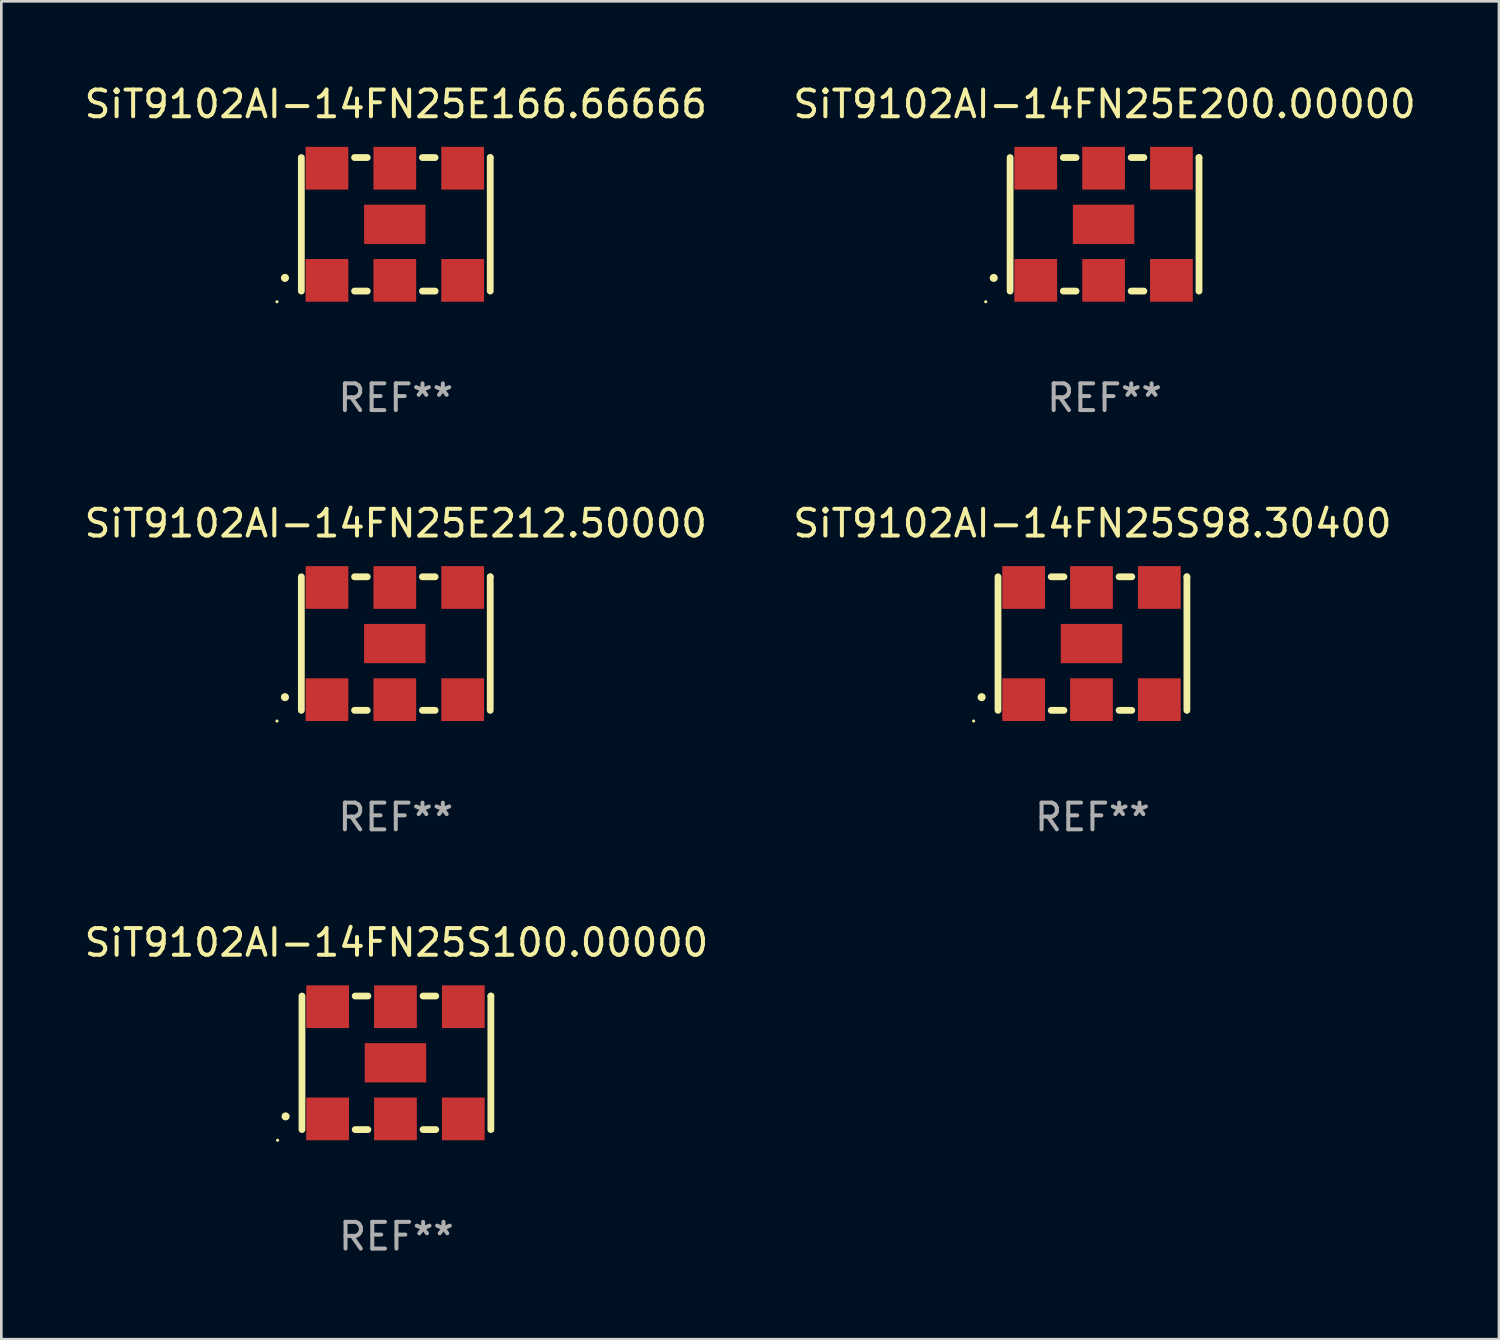
<source format=kicad_pcb>
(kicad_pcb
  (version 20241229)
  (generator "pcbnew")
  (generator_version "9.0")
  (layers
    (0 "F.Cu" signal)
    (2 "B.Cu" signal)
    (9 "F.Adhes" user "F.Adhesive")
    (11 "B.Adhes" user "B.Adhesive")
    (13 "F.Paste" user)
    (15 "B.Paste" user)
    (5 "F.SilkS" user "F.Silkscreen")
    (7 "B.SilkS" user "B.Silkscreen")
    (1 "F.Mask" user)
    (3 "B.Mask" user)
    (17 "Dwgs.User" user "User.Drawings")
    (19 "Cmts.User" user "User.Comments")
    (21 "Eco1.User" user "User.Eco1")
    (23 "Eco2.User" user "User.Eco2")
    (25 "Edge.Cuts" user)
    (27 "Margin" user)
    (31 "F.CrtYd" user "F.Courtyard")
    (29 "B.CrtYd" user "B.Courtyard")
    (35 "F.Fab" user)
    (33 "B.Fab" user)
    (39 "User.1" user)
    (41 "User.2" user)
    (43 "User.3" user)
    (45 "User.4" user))
  (footprint "SiT9102AI-14FN25S100.00000"
    (layer "F.Cu")
    (at 11.792 36.741)
    (property "Reference" "SiT9102AI-14FN25S100.00000" (at 0 -4.5 0) (layer "F.SilkS") (effects (font (size 1 1) (thickness 0.15))))
    (attr through_hole)
    (fp_line (start -3.536 -2.5) (end -3.536 2.5) (stroke (width 0.254) (type solid)) (layer "F.SilkS"))
    (fp_line (start -1.544 2.5) (end -1.067 2.5) (stroke (width 0.254) (type solid)) (layer "F.SilkS"))
    (fp_line (start -1.067 -2.5) (end -1.544 -2.5) (stroke (width 0.254) (type solid)) (layer "F.SilkS"))
    (fp_line (start 0.996 2.5) (end 1.473 2.5) (stroke (width 0.254) (type solid)) (layer "F.SilkS"))
    (fp_line (start 1.473 -2.5) (end 0.996 -2.5) (stroke (width 0.254) (type solid)) (layer "F.SilkS"))
    (fp_line (start 3.536 -2.5) (end 3.536 -2.5) (stroke (width 0.254) (type solid)) (layer "F.SilkS"))
    (fp_line (start 3.536 2.5) (end 3.536 -2.5) (stroke (width 0.254) (type solid)) (layer "F.SilkS"))
    (fp_arc (start -4.150432 2.006604) (mid -4.149162 2.006599) (end -4.147892 2.006604) (stroke (width 0.3) (type solid)) (layer "F.SilkS"))
    (fp_circle (center -4.449 2.9) (end -4.419 2.9) (stroke (width 0.06) (type solid)) (fill no) (layer "F.SilkS"))
    (fp_text user "REF**" (at 0 6.5 0) (layer "F.Fab") (effects (font (size 1 1) (thickness 0.15))))
    (pad "1" smd rect (at -2.576 2.1) (size 1.6 1.6) (layers "F.Cu" "F.Mask" "F.Paste"))
    (pad "2" smd rect (at -0.036 2.1) (size 1.6 1.6) (layers "F.Cu" "F.Mask" "F.Paste"))
    (pad "3" smd rect (at 2.504 2.1) (size 1.6 1.6) (layers "F.Cu" "F.Mask" "F.Paste"))
    (pad "4" smd rect (at 2.504 -2.1) (size 1.6 1.6) (layers "F.Cu" "F.Mask" "F.Paste"))
    (pad "5" smd rect (at -0.036 -2.1) (size 1.6 1.6) (layers "F.Cu" "F.Mask" "F.Paste"))
    (pad "6" smd rect (at -2.576 -2.1) (size 1.6 1.6) (layers "F.Cu" "F.Mask" "F.Paste"))
    (pad "7" smd rect (at -0.036 0) (size 2.3 1.47) (layers "F.Cu" "F.Mask" "F.Paste")))
  (footprint "SiT9102AI-14FN25E166.66666"
    (layer "F.Cu")
    (at 11.768 5.348)
    (property "Reference" "SiT9102AI-14FN25E166.66666" (at 0 -4.5 0) (layer "F.SilkS") (effects (font (size 1 1) (thickness 0.15))))
    (attr through_hole)
    (fp_line (start -3.536 -2.5) (end -3.536 2.5) (stroke (width 0.254) (type solid)) (layer "F.SilkS"))
    (fp_line (start -1.544 2.5) (end -1.067 2.5) (stroke (width 0.254) (type solid)) (layer "F.SilkS"))
    (fp_line (start -1.067 -2.5) (end -1.544 -2.5) (stroke (width 0.254) (type solid)) (layer "F.SilkS"))
    (fp_line (start 0.996 2.5) (end 1.473 2.5) (stroke (width 0.254) (type solid)) (layer "F.SilkS"))
    (fp_line (start 1.473 -2.5) (end 0.996 -2.5) (stroke (width 0.254) (type solid)) (layer "F.SilkS"))
    (fp_line (start 3.536 -2.5) (end 3.536 -2.5) (stroke (width 0.254) (type solid)) (layer "F.SilkS"))
    (fp_line (start 3.536 2.5) (end 3.536 -2.5) (stroke (width 0.254) (type solid)) (layer "F.SilkS"))
    (fp_arc (start -4.150432 2.006604) (mid -4.149162 2.006599) (end -4.147892 2.006604) (stroke (width 0.3) (type solid)) (layer "F.SilkS"))
    (fp_circle (center -4.449 2.9) (end -4.419 2.9) (stroke (width 0.06) (type solid)) (fill no) (layer "F.SilkS"))
    (fp_text user "REF**" (at 0 6.5 0) (layer "F.Fab") (effects (font (size 1 1) (thickness 0.15))))
    (pad "1" smd rect (at -2.576 2.1) (size 1.6 1.6) (layers "F.Cu" "F.Mask" "F.Paste"))
    (pad "2" smd rect (at -0.036 2.1) (size 1.6 1.6) (layers "F.Cu" "F.Mask" "F.Paste"))
    (pad "3" smd rect (at 2.504 2.1) (size 1.6 1.6) (layers "F.Cu" "F.Mask" "F.Paste"))
    (pad "4" smd rect (at 2.504 -2.1) (size 1.6 1.6) (layers "F.Cu" "F.Mask" "F.Paste"))
    (pad "5" smd rect (at -0.036 -2.1) (size 1.6 1.6) (layers "F.Cu" "F.Mask" "F.Paste"))
    (pad "6" smd rect (at -2.576 -2.1) (size 1.6 1.6) (layers "F.Cu" "F.Mask" "F.Paste"))
    (pad "7" smd rect (at -0.036 0) (size 2.3 1.47) (layers "F.Cu" "F.Mask" "F.Paste")))
  (footprint "SiT9102AI-14FN25E200.00000"
    (layer "F.Cu")
    (at 38.304 5.348)
    (property "Reference" "SiT9102AI-14FN25E200.00000" (at 0 -4.5 0) (layer "F.SilkS") (effects (font (size 1 1) (thickness 0.15))))
    (attr through_hole)
    (fp_line (start -3.536 -2.5) (end -3.536 2.5) (stroke (width 0.254) (type solid)) (layer "F.SilkS"))
    (fp_line (start -1.544 2.5) (end -1.067 2.5) (stroke (width 0.254) (type solid)) (layer "F.SilkS"))
    (fp_line (start -1.067 -2.5) (end -1.544 -2.5) (stroke (width 0.254) (type solid)) (layer "F.SilkS"))
    (fp_line (start 0.996 2.5) (end 1.473 2.5) (stroke (width 0.254) (type solid)) (layer "F.SilkS"))
    (fp_line (start 1.473 -2.5) (end 0.996 -2.5) (stroke (width 0.254) (type solid)) (layer "F.SilkS"))
    (fp_line (start 3.536 -2.5) (end 3.536 -2.5) (stroke (width 0.254) (type solid)) (layer "F.SilkS"))
    (fp_line (start 3.536 2.5) (end 3.536 -2.5) (stroke (width 0.254) (type solid)) (layer "F.SilkS"))
    (fp_arc (start -4.150432 2.006604) (mid -4.149162 2.006599) (end -4.147892 2.006604) (stroke (width 0.3) (type solid)) (layer "F.SilkS"))
    (fp_circle (center -4.449 2.9) (end -4.419 2.9) (stroke (width 0.06) (type solid)) (fill no) (layer "F.SilkS"))
    (fp_text user "REF**" (at 0 6.5 0) (layer "F.Fab") (effects (font (size 1 1) (thickness 0.15))))
    (pad "1" smd rect (at -2.576 2.1) (size 1.6 1.6) (layers "F.Cu" "F.Mask" "F.Paste"))
    (pad "2" smd rect (at -0.036 2.1) (size 1.6 1.6) (layers "F.Cu" "F.Mask" "F.Paste"))
    (pad "3" smd rect (at 2.504 2.1) (size 1.6 1.6) (layers "F.Cu" "F.Mask" "F.Paste"))
    (pad "4" smd rect (at 2.504 -2.1) (size 1.6 1.6) (layers "F.Cu" "F.Mask" "F.Paste"))
    (pad "5" smd rect (at -0.036 -2.1) (size 1.6 1.6) (layers "F.Cu" "F.Mask" "F.Paste"))
    (pad "6" smd rect (at -2.576 -2.1) (size 1.6 1.6) (layers "F.Cu" "F.Mask" "F.Paste"))
    (pad "7" smd rect (at -0.036 0) (size 2.3 1.47) (layers "F.Cu" "F.Mask" "F.Paste")))
  (footprint "SiT9102AI-14FN25S98.30400"
    (layer "F.Cu")
    (at 37.851 21.045)
    (property "Reference" "SiT9102AI-14FN25S98.30400" (at 0 -4.5 0) (layer "F.SilkS") (effects (font (size 1 1) (thickness 0.15))))
    (attr through_hole)
    (fp_line (start -3.536 -2.5) (end -3.536 2.5) (stroke (width 0.254) (type solid)) (layer "F.SilkS"))
    (fp_line (start -1.544 2.5) (end -1.067 2.5) (stroke (width 0.254) (type solid)) (layer "F.SilkS"))
    (fp_line (start -1.067 -2.5) (end -1.544 -2.5) (stroke (width 0.254) (type solid)) (layer "F.SilkS"))
    (fp_line (start 0.996 2.5) (end 1.473 2.5) (stroke (width 0.254) (type solid)) (layer "F.SilkS"))
    (fp_line (start 1.473 -2.5) (end 0.996 -2.5) (stroke (width 0.254) (type solid)) (layer "F.SilkS"))
    (fp_line (start 3.536 -2.5) (end 3.536 -2.5) (stroke (width 0.254) (type solid)) (layer "F.SilkS"))
    (fp_line (start 3.536 2.5) (end 3.536 -2.5) (stroke (width 0.254) (type solid)) (layer "F.SilkS"))
    (fp_arc (start -4.150432 2.006604) (mid -4.149162 2.006599) (end -4.147892 2.006604) (stroke (width 0.3) (type solid)) (layer "F.SilkS"))
    (fp_circle (center -4.449 2.9) (end -4.419 2.9) (stroke (width 0.06) (type solid)) (fill no) (layer "F.SilkS"))
    (fp_text user "REF**" (at 0 6.5 0) (layer "F.Fab") (effects (font (size 1 1) (thickness 0.15))))
    (pad "1" smd rect (at -2.576 2.1) (size 1.6 1.6) (layers "F.Cu" "F.Mask" "F.Paste"))
    (pad "2" smd rect (at -0.036 2.1) (size 1.6 1.6) (layers "F.Cu" "F.Mask" "F.Paste"))
    (pad "3" smd rect (at 2.504 2.1) (size 1.6 1.6) (layers "F.Cu" "F.Mask" "F.Paste"))
    (pad "4" smd rect (at 2.504 -2.1) (size 1.6 1.6) (layers "F.Cu" "F.Mask" "F.Paste"))
    (pad "5" smd rect (at -0.036 -2.1) (size 1.6 1.6) (layers "F.Cu" "F.Mask" "F.Paste"))
    (pad "6" smd rect (at -2.576 -2.1) (size 1.6 1.6) (layers "F.Cu" "F.Mask" "F.Paste"))
    (pad "7" smd rect (at -0.036 0) (size 2.3 1.47) (layers "F.Cu" "F.Mask" "F.Paste")))
  (footprint "SiT9102AI-14FN25E212.50000"
    (layer "F.Cu")
    (at 11.768 21.045)
    (property "Reference" "SiT9102AI-14FN25E212.50000" (at 0 -4.5 0) (layer "F.SilkS") (effects (font (size 1 1) (thickness 0.15))))
    (attr through_hole)
    (fp_line (start -3.536 -2.5) (end -3.536 2.5) (stroke (width 0.254) (type solid)) (layer "F.SilkS"))
    (fp_line (start -1.544 2.5) (end -1.067 2.5) (stroke (width 0.254) (type solid)) (layer "F.SilkS"))
    (fp_line (start -1.067 -2.5) (end -1.544 -2.5) (stroke (width 0.254) (type solid)) (layer "F.SilkS"))
    (fp_line (start 0.996 2.5) (end 1.473 2.5) (stroke (width 0.254) (type solid)) (layer "F.SilkS"))
    (fp_line (start 1.473 -2.5) (end 0.996 -2.5) (stroke (width 0.254) (type solid)) (layer "F.SilkS"))
    (fp_line (start 3.536 -2.5) (end 3.536 -2.5) (stroke (width 0.254) (type solid)) (layer "F.SilkS"))
    (fp_line (start 3.536 2.5) (end 3.536 -2.5) (stroke (width 0.254) (type solid)) (layer "F.SilkS"))
    (fp_arc (start -4.150432 2.006604) (mid -4.149162 2.006599) (end -4.147892 2.006604) (stroke (width 0.3) (type solid)) (layer "F.SilkS"))
    (fp_circle (center -4.449 2.9) (end -4.419 2.9) (stroke (width 0.06) (type solid)) (fill no) (layer "F.SilkS"))
    (fp_text user "REF**" (at 0 6.5 0) (layer "F.Fab") (effects (font (size 1 1) (thickness 0.15))))
    (pad "1" smd rect (at -2.576 2.1) (size 1.6 1.6) (layers "F.Cu" "F.Mask" "F.Paste"))
    (pad "2" smd rect (at -0.036 2.1) (size 1.6 1.6) (layers "F.Cu" "F.Mask" "F.Paste"))
    (pad "3" smd rect (at 2.504 2.1) (size 1.6 1.6) (layers "F.Cu" "F.Mask" "F.Paste"))
    (pad "4" smd rect (at 2.504 -2.1) (size 1.6 1.6) (layers "F.Cu" "F.Mask" "F.Paste"))
    (pad "5" smd rect (at -0.036 -2.1) (size 1.6 1.6) (layers "F.Cu" "F.Mask" "F.Paste"))
    (pad "6" smd rect (at -2.576 -2.1) (size 1.6 1.6) (layers "F.Cu" "F.Mask" "F.Paste"))
    (pad "7" smd rect (at -0.036 0) (size 2.3 1.47) (layers "F.Cu" "F.Mask" "F.Paste")))
  (gr_rect
    (start -3 -3)
    (end 53.071 47.09)
    (stroke (width 0.1) (type default))
    (fill no)
    (layer "Edge.Cuts")))
</source>
